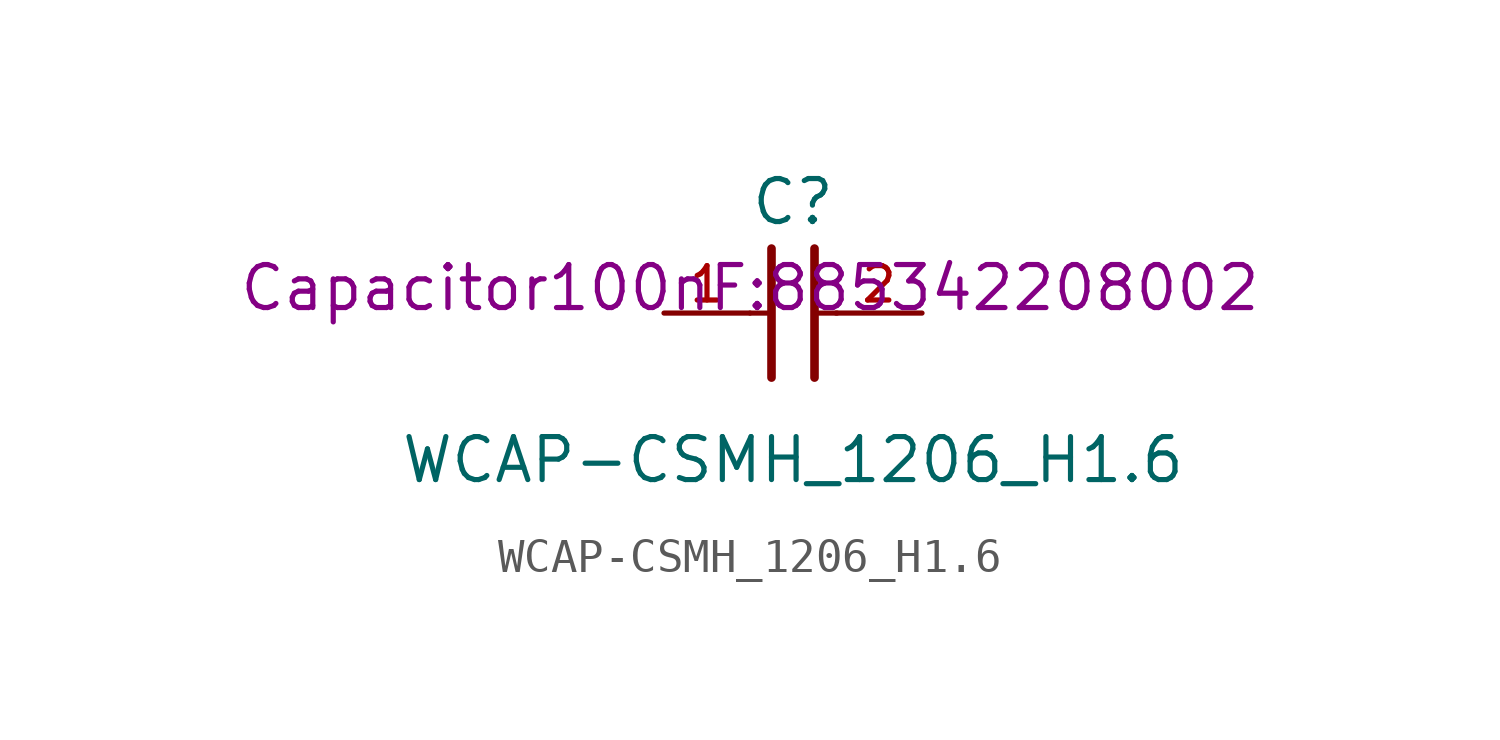
<source format=kicad_sym>
(kicad_symbol_lib
  (version 20241209)
  (generator "kicad_symbol_editor")
  (generator_version "9.0")
  (symbol "WCAP-CSMH_1206_H1.6"
    (pin_names
      (offset 1.016))
    (property "Reference" "C"
      (at 1.27 2.54 0)
      (effects (font (size 1.27 1.27)) (justify bottom)))
    (property "Value" "WCAP-CSMH_1206_H1.6"
      (at 1.27 -5.08 0)
      (effects (font (size 1.27 1.27)) (justify bottom)))
    (property "Footprint" "Capacitor100nF:885342208002"
      (at 0 0 0)
      (effects (font (size 1.27 1.27)) (justify bottom)))
    (symbol "WCAP-CSMH_1206_H1.6_0_0"
      (polyline (pts (xy 0 0) (xy 0.643 0)) (stroke (width 0.152) (type default)) (fill (type none)))
      (polyline (pts (xy 0.635 -1.905) (xy 0.635 1.905)) (stroke (width 0.254) (type default)) (fill (type none)))
      (polyline (pts (xy 1.905 1.905) (xy 1.905 -1.905)) (stroke (width 0.254) (type default)) (fill (type none)))
      (polyline (pts (xy 1.928 0) (xy 2.571 0)) (stroke (width 0.152) (type default)) (fill (type none)))
      (pin passive line (at -2.54 0 0) (length 2.54) (name "~" (effects (font (size 1.016 1.016)))) (number "1" (effects (font (size 1.016 1.016)))))
      (pin passive line (at 5.08 0 180) (length 2.54) (name "~" (effects (font (size 1.016 1.016)))) (number "2" (effects (font (size 1.016 1.016))))))))
</source>
